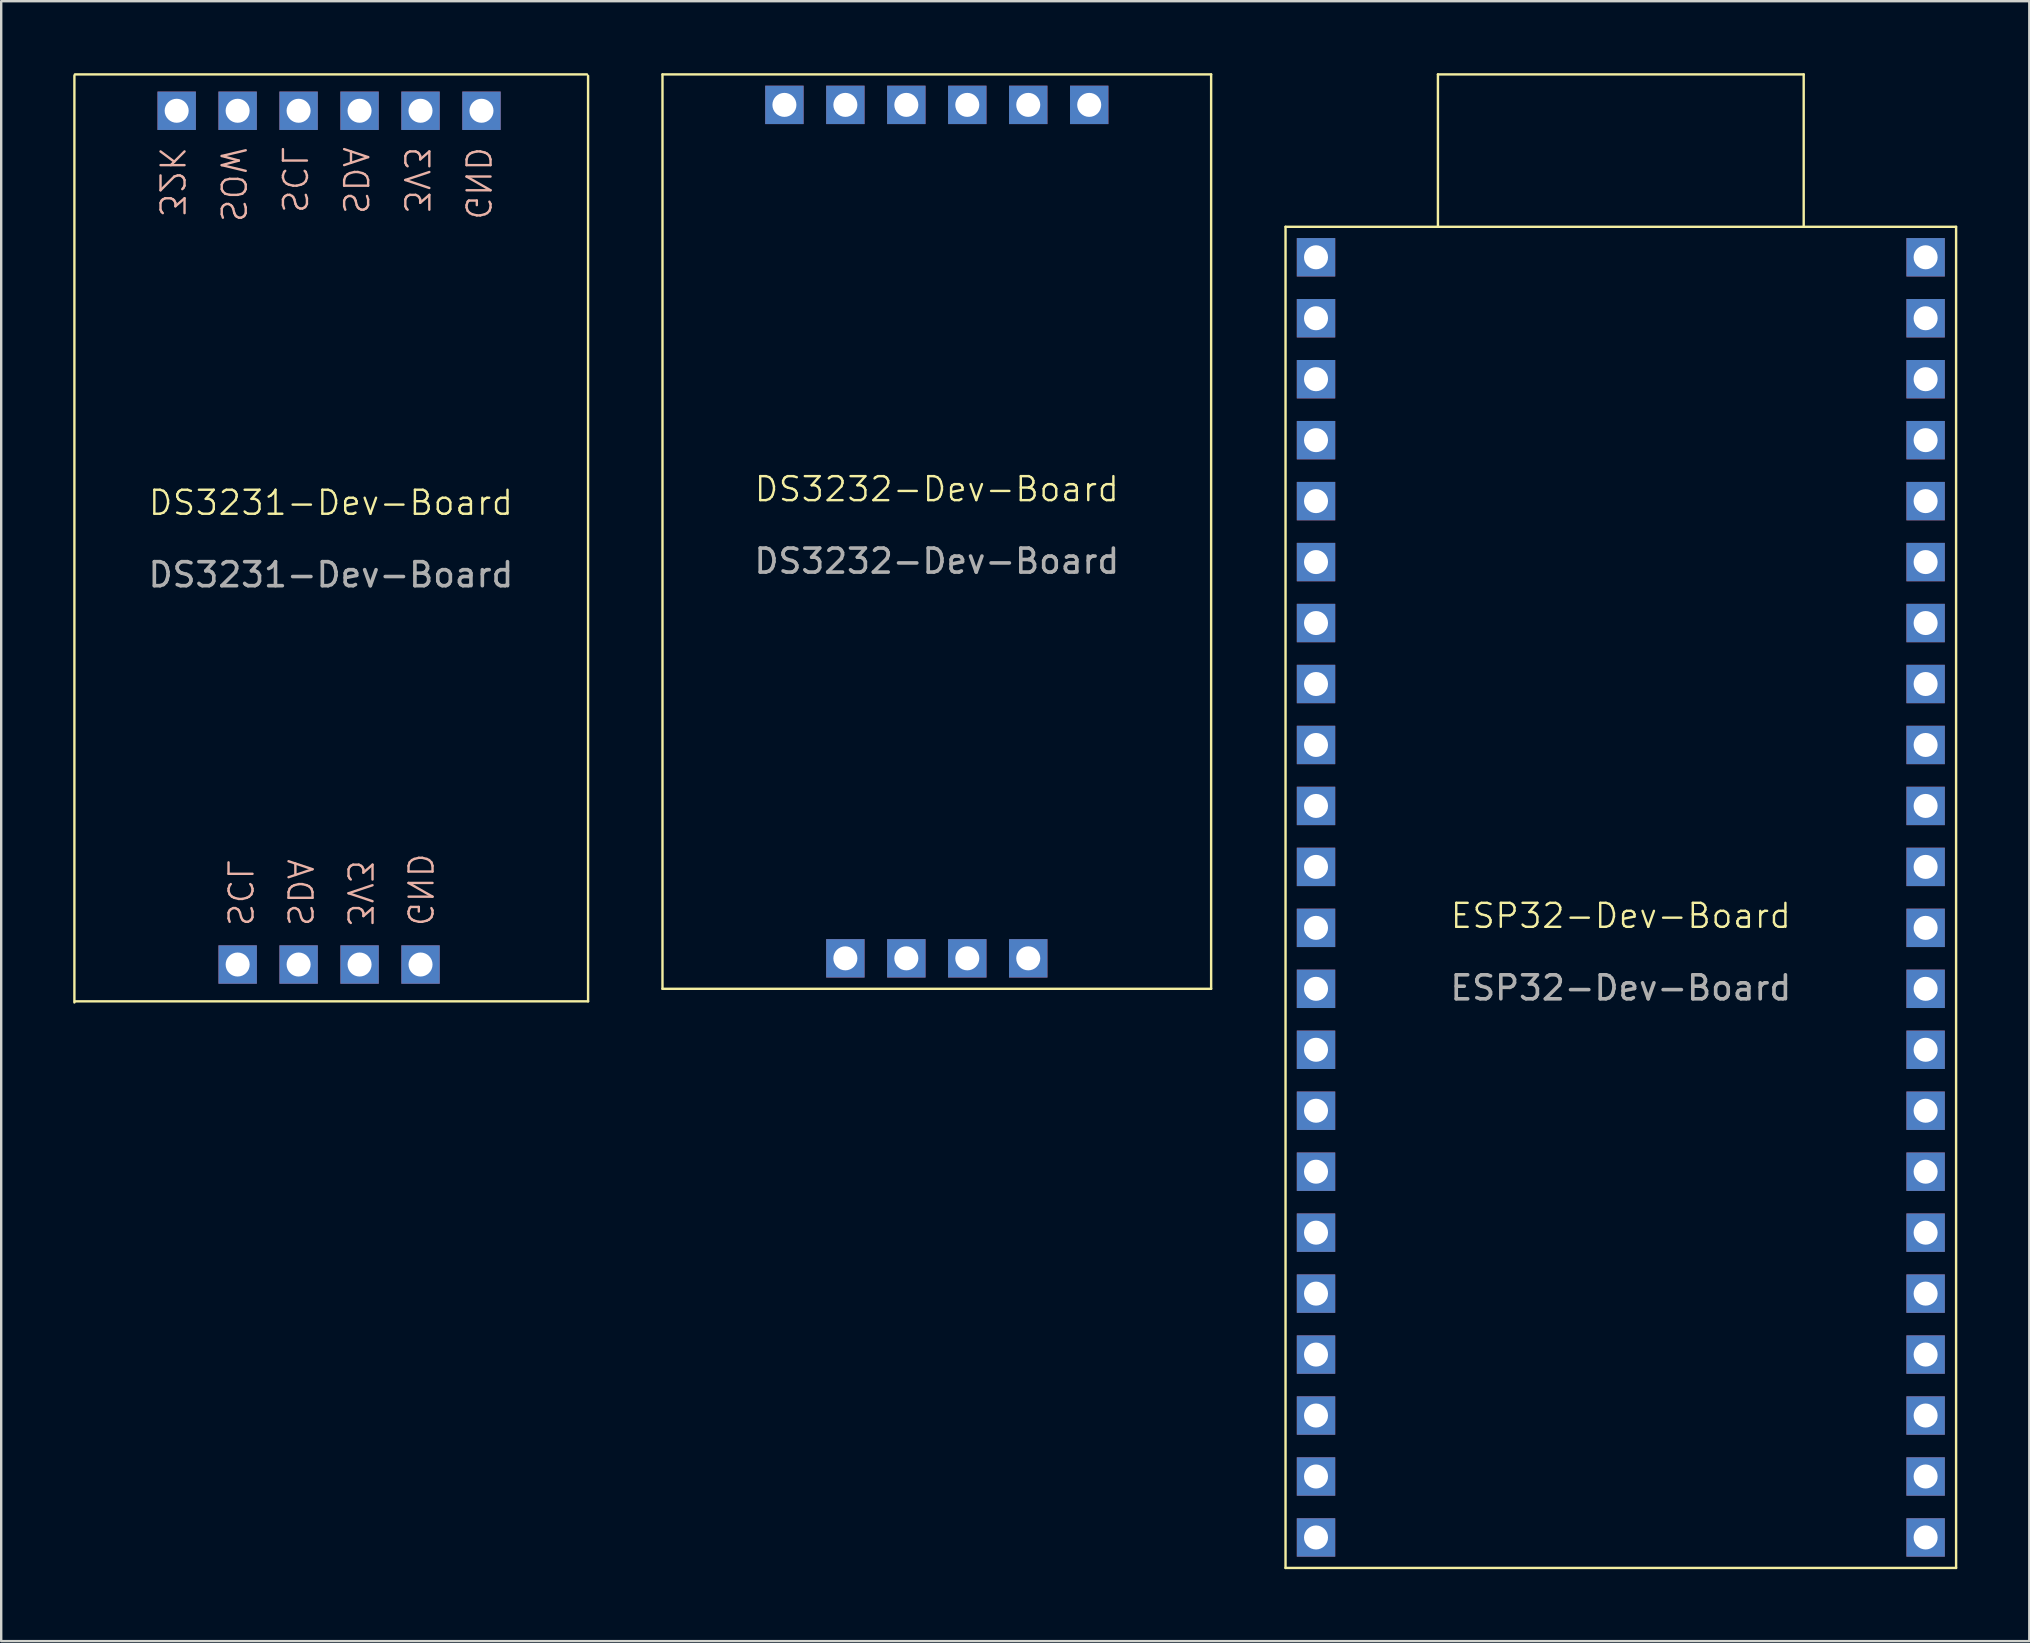
<source format=kicad_pcb>
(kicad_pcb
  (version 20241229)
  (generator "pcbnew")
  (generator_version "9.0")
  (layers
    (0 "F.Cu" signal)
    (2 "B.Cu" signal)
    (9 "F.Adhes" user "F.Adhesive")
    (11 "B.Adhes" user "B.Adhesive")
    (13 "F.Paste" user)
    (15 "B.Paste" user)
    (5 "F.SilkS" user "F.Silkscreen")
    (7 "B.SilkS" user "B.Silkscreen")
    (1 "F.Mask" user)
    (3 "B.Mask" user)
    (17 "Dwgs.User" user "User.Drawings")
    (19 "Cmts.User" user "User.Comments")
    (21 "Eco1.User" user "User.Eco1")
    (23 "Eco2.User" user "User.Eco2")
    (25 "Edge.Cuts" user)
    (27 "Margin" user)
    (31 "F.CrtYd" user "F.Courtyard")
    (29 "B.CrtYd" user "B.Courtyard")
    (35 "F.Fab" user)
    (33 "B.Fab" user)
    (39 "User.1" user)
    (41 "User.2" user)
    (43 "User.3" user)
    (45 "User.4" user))
  (footprint "DS3231-Dev-Board"
    (layer "F.Cu")
    (at 10.738 18.398)
    (property "Reference" "DS3231-Dev-Board" (at 0 -0.5 0) (unlocked yes) (layer "F.SilkS") (effects (font (size 1 1) (thickness 0.1))))
    (attr through_hole)
    (fp_line (start -10.688 -18.297) (end -10.688 20.32) (stroke (width 0.1) (type default)) (layer "F.SilkS"))
    (fp_line (start -10.668 -18.348) (end 10.668 -18.348) (stroke (width 0.1) (type default)) (layer "F.SilkS"))
    (fp_line (start -10.668 20.274) (end 10.715 20.274) (stroke (width 0.1) (type default)) (layer "F.SilkS"))
    (fp_line (start 10.715 20.274) (end 10.715 -18.288) (stroke (width 0.1) (type default)) (layer "F.SilkS"))
    (fp_text user "32K" (at -7.227 -12.359 270) (unlocked yes) (layer "B.SilkS") (effects (font (size 1 1) (thickness 0.1)) (justify left bottom mirror)))
    (fp_text user "GND" (at 5.523 -12.217 270) (unlocked yes) (layer "B.SilkS") (effects (font (size 1 1) (thickness 0.1)) (justify left bottom mirror)))
    (fp_text user "3V3" (at 2.973 -12.502 270) (unlocked yes) (layer "B.SilkS") (effects (font (size 1 1) (thickness 0.1)) (justify left bottom mirror)))
    (fp_text user "SDA" (at 0.423 -12.455 270) (unlocked yes) (layer "B.SilkS") (effects (font (size 1 1) (thickness 0.1)) (justify left bottom mirror)))
    (fp_text user "SCL" (at -4.394 17.216 270) (unlocked yes) (layer "B.SilkS") (effects (font (size 1 1) (thickness 0.1)) (justify left bottom mirror)))
    (fp_text user "SOW" (at -4.677 -12.121 270) (unlocked yes) (layer "B.SilkS") (effects (font (size 1 1) (thickness 0.1)) (justify left bottom mirror)))
    (fp_text user "GND" (at 3.106 17.216 270) (unlocked yes) (layer "B.SilkS") (effects (font (size 1 1) (thickness 0.1)) (justify left bottom mirror)))
    (fp_text user "SCL" (at -2.127 -12.502 270) (unlocked yes) (layer "B.SilkS") (effects (font (size 1 1) (thickness 0.1)) (justify left bottom mirror)))
    (fp_text user "SDA" (at -1.894 17.216 270) (unlocked yes) (layer "B.SilkS") (effects (font (size 1 1) (thickness 0.1)) (justify left bottom mirror)))
    (fp_text user "3V3" (at 0.606 17.216 270) (unlocked yes) (layer "B.SilkS") (effects (font (size 1 1) (thickness 0.1)) (justify left bottom mirror)))
    (fp_text user "${REFERENCE}" (at 0 2.5 0) (unlocked yes) (layer "F.Fab") (effects (font (size 1 1) (thickness 0.15))))
    (pad "1" thru_hole rect (at 6.273 -16.833) (size 1.6 1.6) (drill 1) (layers "*.Cu" "*.Mask"))
    (pad "2" thru_hole rect (at 3.733 -16.833) (size 1.6 1.6) (drill 1) (layers "*.Cu" "*.Mask"))
    (pad "3" thru_hole rect (at 1.193 -16.833) (size 1.6 1.6) (drill 1) (layers "*.Cu" "*.Mask"))
    (pad "4" thru_hole rect (at -1.347 -16.833) (size 1.6 1.6) (drill 1) (layers "*.Cu" "*.Mask"))
    (pad "5" thru_hole rect (at -3.887 -16.833) (size 1.6 1.6) (drill 1) (layers "*.Cu" "*.Mask"))
    (pad "6" thru_hole rect (at -6.427 -16.833) (size 1.6 1.6) (drill 1) (layers "*.Cu" "*.Mask"))
    (pad "7" thru_hole rect (at -3.886 18.74) (size 1.6 1.6) (drill 1) (layers "*.Cu" "*.Mask"))
    (pad "8" thru_hole rect (at -1.346 18.74) (size 1.6 1.6) (drill 1) (layers "*.Cu" "*.Mask"))
    (pad "9" thru_hole rect (at 1.194 18.74) (size 1.6 1.6) (drill 1) (layers "*.Cu" "*.Mask"))
    (pad "10" thru_hole rect (at 3.734 18.74) (size 1.6 1.6) (drill 1) (layers "*.Cu" "*.Mask")))
  (footprint "DS3232-Dev-Board"
    (layer "F.Cu")
    (at 35.983 17.83)
    (property "Reference" "DS3232-Dev-Board" (at 0 -0.5 0) (unlocked yes) (layer "F.SilkS") (effects (font (size 1 1) (thickness 0.1))))
    (attr through_hole)
    (fp_line (start -11.43 -17.78) (end -11.43 20.32) (stroke (width 0.1) (type default)) (layer "F.SilkS"))
    (fp_line (start -11.43 -17.78) (end 11.43 -17.78) (stroke (width 0.1) (type default)) (layer "F.SilkS"))
    (fp_line (start -11.43 20.32) (end 11.43 20.32) (stroke (width 0.1) (type default)) (layer "F.SilkS"))
    (fp_line (start 11.43 20.32) (end 11.43 -17.78) (stroke (width 0.1) (type default)) (layer "F.SilkS"))
    (fp_text user "${REFERENCE}" (at 0 2.5 0) (unlocked yes) (layer "F.Fab") (effects (font (size 1 1) (thickness 0.15))))
    (pad "1" thru_hole rect (at 3.81 19.05) (size 1.6 1.6) (drill 1) (layers "*.Cu" "*.Mask"))
    (pad "1" thru_hole rect (at 6.35 -16.51) (size 1.6 1.6) (drill 1) (layers "*.Cu" "*.Mask"))
    (pad "2" thru_hole rect (at 1.27 19.05) (size 1.6 1.6) (drill 1) (layers "*.Cu" "*.Mask"))
    (pad "2" thru_hole rect (at 3.81 -16.51) (size 1.6 1.6) (drill 1) (layers "*.Cu" "*.Mask"))
    (pad "3" thru_hole rect (at 1.27 -16.51) (size 1.6 1.6) (drill 1) (layers "*.Cu" "*.Mask"))
    (pad "4" thru_hole rect (at -1.27 -16.51) (size 1.6 1.6) (drill 1) (layers "*.Cu" "*.Mask"))
    (pad "5" thru_hole rect (at -3.81 -16.51) (size 1.6 1.6) (drill 1) (layers "*.Cu" "*.Mask"))
    (pad "6" thru_hole rect (at -6.35 -16.51) (size 1.6 1.6) (drill 1) (layers "*.Cu" "*.Mask"))
    (pad "7" thru_hole rect (at -3.81 19.05) (size 1.6 1.6) (drill 1) (layers "*.Cu" "*.Mask"))
    (pad "8" thru_hole rect (at -1.27 19.05) (size 1.6 1.6) (drill 1) (layers "*.Cu" "*.Mask")))
  (footprint "ESP32-Dev-Board"
    (layer "F.Cu")
    (at 64.483 35.61)
    (property "Reference" "ESP32-Dev-Board" (at 0 -0.5 0) (unlocked yes) (layer "F.SilkS") (effects (font (size 1 1) (thickness 0.1))))
    (attr through_hole)
    (fp_line (start -13.97 -29.21) (end 13.97 -29.21) (stroke (width 0.1) (type default)) (layer "F.SilkS"))
    (fp_line (start -13.97 26.67) (end -13.97 -29.21) (stroke (width 0.1) (type default)) (layer "F.SilkS"))
    (fp_line (start -7.62 -35.56) (end 7.62 -35.56) (stroke (width 0.1) (type default)) (layer "F.SilkS"))
    (fp_line (start -7.62 -29.21) (end -7.62 -35.56) (stroke (width 0.1) (type default)) (layer "F.SilkS"))
    (fp_line (start 7.62 -35.56) (end 7.62 -29.21) (stroke (width 0.1) (type default)) (layer "F.SilkS"))
    (fp_line (start 13.97 -29.21) (end 13.97 26.67) (stroke (width 0.1) (type default)) (layer "F.SilkS"))
    (fp_line (start 13.97 26.67) (end -13.97 26.67) (stroke (width 0.1) (type default)) (layer "F.SilkS"))
    (fp_text user "${REFERENCE}" (at 0 2.5 0) (unlocked yes) (layer "F.Fab") (effects (font (size 1 1) (thickness 0.15))))
    (pad "1" thru_hole rect (at -12.7 -27.94) (size 1.6 1.6) (drill 1) (layers "*.Cu" "*.Mask"))
    (pad "2" thru_hole rect (at -12.7 -25.4) (size 1.6 1.6) (drill 1) (layers "*.Cu" "*.Mask"))
    (pad "3" thru_hole rect (at -12.7 -22.86) (size 1.6 1.6) (drill 1) (layers "*.Cu" "*.Mask"))
    (pad "4" thru_hole rect (at -12.7 -20.32) (size 1.6 1.6) (drill 1) (layers "*.Cu" "*.Mask"))
    (pad "5" thru_hole rect (at -12.7 -17.78) (size 1.6 1.6) (drill 1) (layers "*.Cu" "*.Mask"))
    (pad "6" thru_hole rect (at -12.7 -15.24) (size 1.6 1.6) (drill 1) (layers "*.Cu" "*.Mask"))
    (pad "7" thru_hole rect (at -12.7 -12.7) (size 1.6 1.6) (drill 1) (layers "*.Cu" "*.Mask"))
    (pad "8" thru_hole rect (at -12.7 -10.16) (size 1.6 1.6) (drill 1) (layers "*.Cu" "*.Mask"))
    (pad "9" thru_hole rect (at -12.7 -7.62) (size 1.6 1.6) (drill 1) (layers "*.Cu" "*.Mask"))
    (pad "10" thru_hole rect (at -12.7 -5.08) (size 1.6 1.6) (drill 1) (layers "*.Cu" "*.Mask"))
    (pad "11" thru_hole rect (at -12.7 -2.54) (size 1.6 1.6) (drill 1) (layers "*.Cu" "*.Mask"))
    (pad "12" thru_hole rect (at -12.7 0) (size 1.6 1.6) (drill 1) (layers "*.Cu" "*.Mask"))
    (pad "13" thru_hole rect (at -12.7 2.54) (size 1.6 1.6) (drill 1) (layers "*.Cu" "*.Mask"))
    (pad "14" thru_hole rect (at -12.7 5.08) (size 1.6 1.6) (drill 1) (layers "*.Cu" "*.Mask"))
    (pad "15" thru_hole rect (at -12.7 7.62) (size 1.6 1.6) (drill 1) (layers "*.Cu" "*.Mask"))
    (pad "16" thru_hole rect (at -12.7 10.16) (size 1.6 1.6) (drill 1) (layers "*.Cu" "*.Mask"))
    (pad "17" thru_hole rect (at -12.7 12.7) (size 1.6 1.6) (drill 1) (layers "*.Cu" "*.Mask"))
    (pad "18" thru_hole rect (at -12.7 15.24) (size 1.6 1.6) (drill 1) (layers "*.Cu" "*.Mask"))
    (pad "19" thru_hole rect (at -12.7 17.78) (size 1.6 1.6) (drill 1) (layers "*.Cu" "*.Mask"))
    (pad "20" thru_hole rect (at -12.7 20.32) (size 1.6 1.6) (drill 1) (layers "*.Cu" "*.Mask"))
    (pad "21" thru_hole rect (at -12.7 22.86) (size 1.6 1.6) (drill 1) (layers "*.Cu" "*.Mask"))
    (pad "22" thru_hole rect (at -12.7 25.4) (size 1.6 1.6) (drill 1) (layers "*.Cu" "*.Mask"))
    (pad "23" thru_hole rect (at 12.7 25.4) (size 1.6 1.6) (drill 1) (layers "*.Cu" "*.Mask"))
    (pad "24" thru_hole rect (at 12.7 22.86) (size 1.6 1.6) (drill 1) (layers "*.Cu" "*.Mask"))
    (pad "25" thru_hole rect (at 12.7 20.32) (size 1.6 1.6) (drill 1) (layers "*.Cu" "*.Mask"))
    (pad "26" thru_hole rect (at 12.7 17.78) (size 1.6 1.6) (drill 1) (layers "*.Cu" "*.Mask"))
    (pad "27" thru_hole rect (at 12.7 15.24) (size 1.6 1.6) (drill 1) (layers "*.Cu" "*.Mask"))
    (pad "28" thru_hole rect (at 12.7 12.7) (size 1.6 1.6) (drill 1) (layers "*.Cu" "*.Mask"))
    (pad "29" thru_hole rect (at 12.7 10.16) (size 1.6 1.6) (drill 1) (layers "*.Cu" "*.Mask"))
    (pad "30" thru_hole rect (at 12.7 7.62) (size 1.6 1.6) (drill 1) (layers "*.Cu" "*.Mask"))
    (pad "31" thru_hole rect (at 12.7 5.08) (size 1.6 1.6) (drill 1) (layers "*.Cu" "*.Mask"))
    (pad "32" thru_hole rect (at 12.7 2.54) (size 1.6 1.6) (drill 1) (layers "*.Cu" "*.Mask"))
    (pad "33" thru_hole rect (at 12.7 0) (size 1.6 1.6) (drill 1) (layers "*.Cu" "*.Mask"))
    (pad "34" thru_hole rect (at 12.7 -2.54) (size 1.6 1.6) (drill 1) (layers "*.Cu" "*.Mask"))
    (pad "35" thru_hole rect (at 12.7 -5.08) (size 1.6 1.6) (drill 1) (layers "*.Cu" "*.Mask"))
    (pad "36" thru_hole rect (at 12.7 -7.62) (size 1.6 1.6) (drill 1) (layers "*.Cu" "*.Mask"))
    (pad "37" thru_hole rect (at 12.7 -10.16) (size 1.6 1.6) (drill 1) (layers "*.Cu" "*.Mask"))
    (pad "38" thru_hole rect (at 12.7 -12.7) (size 1.6 1.6) (drill 1) (layers "*.Cu" "*.Mask"))
    (pad "39" thru_hole rect (at 12.7 -15.24) (size 1.6 1.6) (drill 1) (layers "*.Cu" "*.Mask"))
    (pad "40" thru_hole rect (at 12.7 -17.78) (size 1.6 1.6) (drill 1) (layers "*.Cu" "*.Mask"))
    (pad "41" thru_hole rect (at 12.7 -20.32) (size 1.6 1.6) (drill 1) (layers "*.Cu" "*.Mask"))
    (pad "42" thru_hole rect (at 12.7 -22.86) (size 1.6 1.6) (drill 1) (layers "*.Cu" "*.Mask"))
    (pad "43" thru_hole rect (at 12.7 -25.4) (size 1.6 1.6) (drill 1) (layers "*.Cu" "*.Mask"))
    (pad "44" thru_hole rect (at 12.7 -27.94) (size 1.6 1.6) (drill 1) (layers "*.Cu" "*.Mask")))
  (gr_rect
    (start -3 -3)
    (end 81.503 65.33)
    (stroke (width 0.1) (type default))
    (fill no)
    (layer "Edge.Cuts")))
</source>
